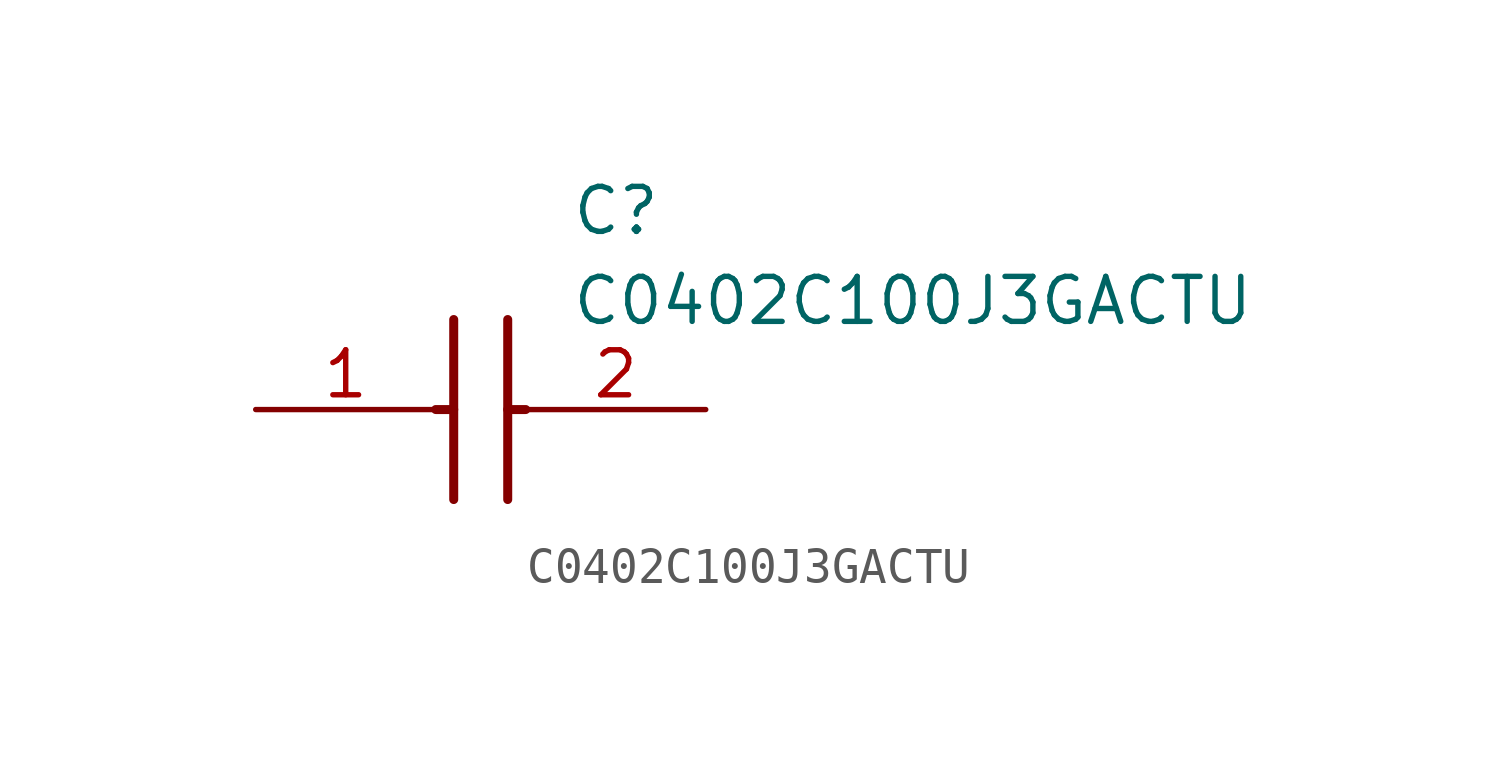
<source format=kicad_sym>
(kicad_symbol_lib
  (version 20211014)
  (generator SamacSys_ECAD_Model)
  (symbol "C0402C100J3GACTU"
    (pin_names hide)
    (property "Reference" "C"
      (at 8.89 6.35 0)
      (effects (font (size 1.27 1.27)) (justify left top)))
    (property "Value" "C0402C100J3GACTU"
      (at 8.89 3.81 0)
      (effects (font (size 1.27 1.27)) (justify left top)))
    (polyline
      (pts (xy 5.588 2.54) (xy 5.588 -2.54))
      (stroke (width 0.254) (type default))
      (fill (type none)))
    (polyline
      (pts (xy 7.112 2.54) (xy 7.112 -2.54))
      (stroke (width 0.254) (type default))
      (fill (type none)))
    (polyline
      (pts (xy 5.08 0) (xy 5.588 0))
      (stroke (width 0.254) (type default))
      (fill (type none)))
    (polyline
      (pts (xy 7.112 0) (xy 7.62 0))
      (stroke (width 0.254) (type default))
      (fill (type none)))
    (pin passive line
      (at 0 0 0)
      (length 5.08)
      (name "1" (effects (font (size 1.27 1.27))))
      (number "1" (effects (font (size 1.27 1.27)))))
    (pin passive line
      (at 12.7 0 180)
      (length 5.08)
      (name "2" (effects (font (size 1.27 1.27))))
      (number "2" (effects (font (size 1.27 1.27)))))))
</source>
